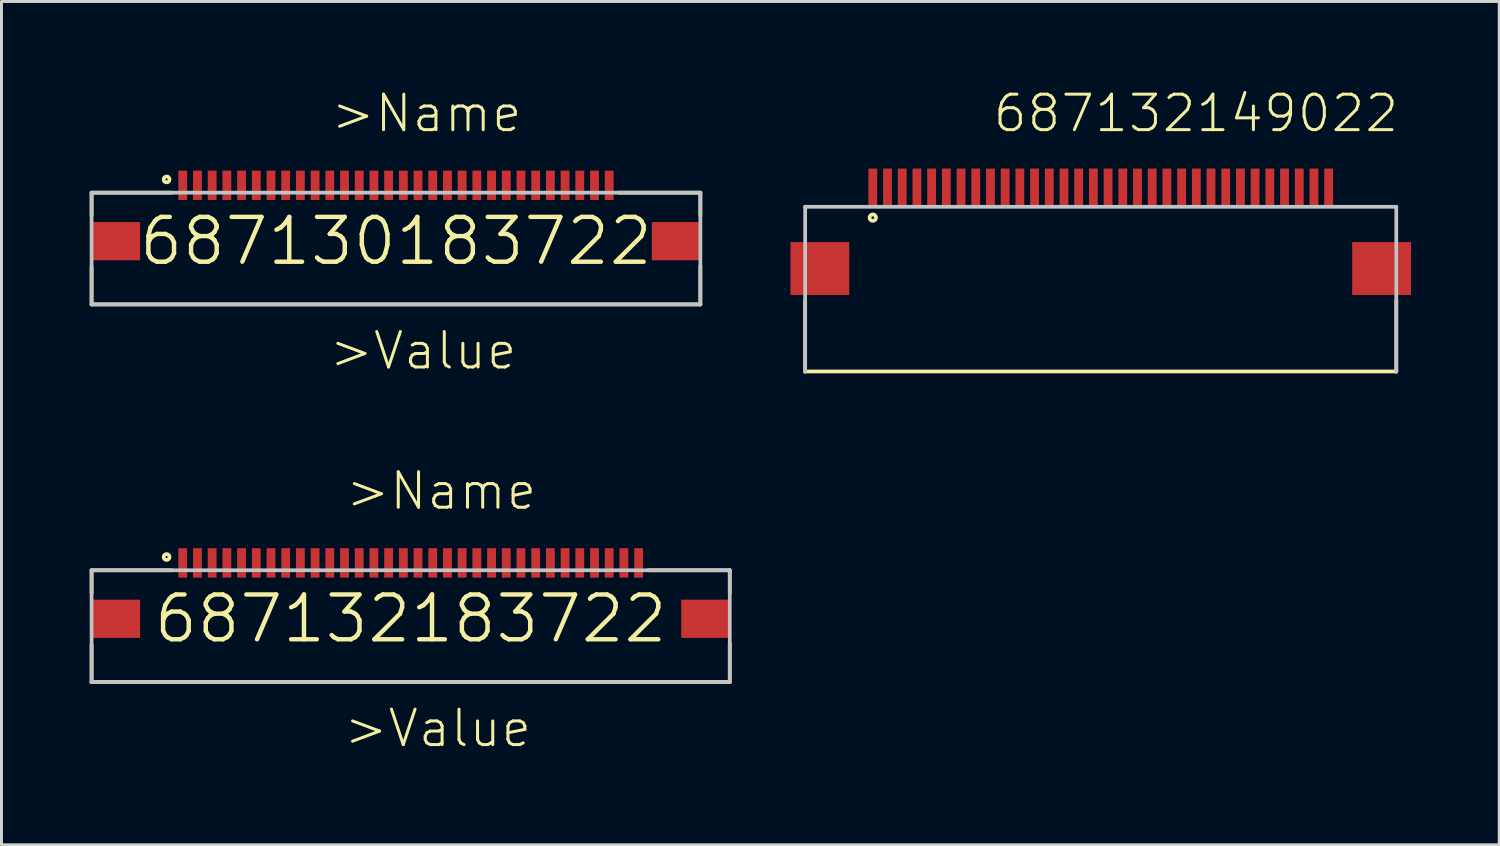
<source format=kicad_pcb>
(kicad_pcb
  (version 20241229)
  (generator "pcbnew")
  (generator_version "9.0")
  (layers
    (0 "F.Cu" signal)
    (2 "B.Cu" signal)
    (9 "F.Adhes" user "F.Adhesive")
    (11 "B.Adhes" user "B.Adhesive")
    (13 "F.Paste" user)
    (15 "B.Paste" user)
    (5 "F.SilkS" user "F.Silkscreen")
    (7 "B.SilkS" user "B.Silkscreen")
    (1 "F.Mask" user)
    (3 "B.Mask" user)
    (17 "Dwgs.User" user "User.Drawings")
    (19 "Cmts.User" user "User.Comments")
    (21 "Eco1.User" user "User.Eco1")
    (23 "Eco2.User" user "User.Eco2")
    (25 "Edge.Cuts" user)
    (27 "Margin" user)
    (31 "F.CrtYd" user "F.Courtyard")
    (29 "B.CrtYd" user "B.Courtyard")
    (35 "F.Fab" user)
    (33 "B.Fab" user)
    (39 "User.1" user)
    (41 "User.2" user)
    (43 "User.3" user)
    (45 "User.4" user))
  (footprint "687130183722"
    (layer "F.Cu")
    (at 10.414 5.151)
    (property "Reference" "687130183722" (at 0 0 0) (layer "F.SilkS") (effects (font (size 1.524 1.524) (thickness 0.15))))
    (attr through_hole)
    (fp_line (start -10.35 -1.65) (end -10.35 -0.87) (stroke (width 0.127) (type solid)) (layer "F.SilkS"))
    (fp_line (start -10.35 0.89) (end -10.35 2.15) (stroke (width 0.127) (type solid)) (layer "F.SilkS"))
    (fp_line (start -10.35 2.15) (end 10.35 2.15) (stroke (width 0.127) (type solid)) (layer "F.SilkS"))
    (fp_line (start -7.62 -1.65) (end -10.35 -1.65) (stroke (width 0.127) (type solid)) (layer "F.SilkS"))
    (fp_line (start 7.58 -1.65) (end 10.35 -1.65) (stroke (width 0.127) (type solid)) (layer "F.SilkS"))
    (fp_line (start 10.35 -1.65) (end 10.35 -0.87) (stroke (width 0.127) (type solid)) (layer "F.SilkS"))
    (fp_line (start 10.35 2.15) (end 10.35 0.84) (stroke (width 0.127) (type solid)) (layer "F.SilkS"))
    (fp_circle (center -7.8 -2.1) (end -7.7 -2.1) (stroke (width 0.127) (type solid)) (fill no) (layer "F.SilkS"))
    (fp_line (start -10.35 -1.65) (end 10.35 -1.65) (stroke (width 0.127) (type solid)) (layer "Dwgs.User"))
    (fp_line (start -10.35 2.15) (end -10.35 -1.65) (stroke (width 0.127) (type solid)) (layer "Dwgs.User"))
    (fp_line (start 10.35 -1.65) (end 10.35 2.15) (stroke (width 0.127) (type solid)) (layer "Dwgs.User"))
    (fp_line (start 10.35 2.15) (end -10.35 2.15) (stroke (width 0.127) (type solid)) (layer "Dwgs.User"))
    (fp_text user ">Name" (at -2.27 -3.64 0) (layer "F.SilkS") (effects (font (size 1.206 1.206) (thickness 0.102)) (justify left bottom)))
    (fp_text user ">Value" (at -2.33 4.43 0) (layer "F.SilkS") (effects (font (size 1.206 1.206) (thickness 0.102)) (justify left bottom)))
    (pad "1" smd rect (at -7.25 -1.9 90) (size 1 0.3) (layers "F.Cu" "F.Mask" "F.Paste"))
    (pad "2" smd rect (at -6.75 -1.9 90) (size 1 0.3) (layers "F.Cu" "F.Mask" "F.Paste"))
    (pad "3" smd rect (at -6.25 -1.9 90) (size 1 0.3) (layers "F.Cu" "F.Mask" "F.Paste"))
    (pad "4" smd rect (at -5.75 -1.9 90) (size 1 0.3) (layers "F.Cu" "F.Mask" "F.Paste"))
    (pad "5" smd rect (at -5.25 -1.9 90) (size 1 0.3) (layers "F.Cu" "F.Mask" "F.Paste"))
    (pad "6" smd rect (at -4.75 -1.9 90) (size 1 0.3) (layers "F.Cu" "F.Mask" "F.Paste"))
    (pad "7" smd rect (at -4.25 -1.9 90) (size 1 0.3) (layers "F.Cu" "F.Mask" "F.Paste"))
    (pad "8" smd rect (at -3.75 -1.9 90) (size 1 0.3) (layers "F.Cu" "F.Mask" "F.Paste"))
    (pad "9" smd rect (at -3.25 -1.9 90) (size 1 0.3) (layers "F.Cu" "F.Mask" "F.Paste"))
    (pad "10" smd rect (at -2.75 -1.9 90) (size 1 0.3) (layers "F.Cu" "F.Mask" "F.Paste"))
    (pad "11" smd rect (at -2.25 -1.9 90) (size 1 0.3) (layers "F.Cu" "F.Mask" "F.Paste"))
    (pad "12" smd rect (at -1.75 -1.9 90) (size 1 0.3) (layers "F.Cu" "F.Mask" "F.Paste"))
    (pad "13" smd rect (at -1.25 -1.9 90) (size 1 0.3) (layers "F.Cu" "F.Mask" "F.Paste"))
    (pad "14" smd rect (at -0.75 -1.9 90) (size 1 0.3) (layers "F.Cu" "F.Mask" "F.Paste"))
    (pad "15" smd rect (at -0.25 -1.9 90) (size 1 0.3) (layers "F.Cu" "F.Mask" "F.Paste"))
    (pad "16" smd rect (at 0.25 -1.9 90) (size 1 0.3) (layers "F.Cu" "F.Mask" "F.Paste"))
    (pad "17" smd rect (at 0.75 -1.9 90) (size 1 0.3) (layers "F.Cu" "F.Mask" "F.Paste"))
    (pad "18" smd rect (at 1.25 -1.9 90) (size 1 0.3) (layers "F.Cu" "F.Mask" "F.Paste"))
    (pad "19" smd rect (at 1.75 -1.9 90) (size 1 0.3) (layers "F.Cu" "F.Mask" "F.Paste"))
    (pad "20" smd rect (at 2.25 -1.9 90) (size 1 0.3) (layers "F.Cu" "F.Mask" "F.Paste"))
    (pad "21" smd rect (at 2.75 -1.9 90) (size 1 0.3) (layers "F.Cu" "F.Mask" "F.Paste"))
    (pad "22" smd rect (at 3.25 -1.9 90) (size 1 0.3) (layers "F.Cu" "F.Mask" "F.Paste"))
    (pad "23" smd rect (at 3.75 -1.9 90) (size 1 0.3) (layers "F.Cu" "F.Mask" "F.Paste"))
    (pad "24" smd rect (at 4.25 -1.9 90) (size 1 0.3) (layers "F.Cu" "F.Mask" "F.Paste"))
    (pad "25" smd rect (at 4.75 -1.9 90) (size 1 0.3) (layers "F.Cu" "F.Mask" "F.Paste"))
    (pad "26" smd rect (at 5.25 -1.9 90) (size 1 0.3) (layers "F.Cu" "F.Mask" "F.Paste"))
    (pad "27" smd rect (at 5.75 -1.9 90) (size 1 0.3) (layers "F.Cu" "F.Mask" "F.Paste"))
    (pad "28" smd rect (at 6.25 -1.9 90) (size 1 0.3) (layers "F.Cu" "F.Mask" "F.Paste"))
    (pad "29" smd rect (at 6.75 -1.9 90) (size 1 0.3) (layers "F.Cu" "F.Mask" "F.Paste"))
    (pad "30" smd rect (at 7.25 -1.9 90) (size 1 0.3) (layers "F.Cu" "F.Mask" "F.Paste"))
    (pad "Z1" smd rect (at -9.525 0) (size 1.65 1.3) (layers "F.Cu" "F.Mask" "F.Paste"))
    (pad "Z2" smd rect (at 9.525 0) (size 1.65 1.3) (layers "F.Cu" "F.Mask" "F.Paste")))
  (footprint "687132149022"
    (layer "F.Cu")
    (at 34.377 3.331)
    (property "Reference" "687132149022" (at -3.72 -1.82 0) (layer "F.SilkS") (effects (font (size 1.206 1.206) (thickness 0.102)) (justify left bottom)))
    (attr through_hole)
    (fp_line (start -10.05 3.83) (end -10.05 6.26) (stroke (width 0.127) (type solid)) (layer "F.SilkS"))
    (fp_line (start 10.05 3.86) (end 10.05 6.26) (stroke (width 0.127) (type solid)) (layer "F.SilkS"))
    (fp_line (start 10.05 6.25) (end -10.05 6.25) (stroke (width 0.127) (type solid)) (layer "F.SilkS"))
    (fp_circle (center -7.75 1.02) (end -7.64 1.02) (stroke (width 0.127) (type solid)) (fill no) (layer "F.SilkS"))
    (fp_line (start -10.05 0.65) (end 10.05 0.65) (stroke (width 0.127) (type solid)) (layer "Dwgs.User"))
    (fp_line (start -10.05 6.25) (end -10.05 0.65) (stroke (width 0.127) (type solid)) (layer "Dwgs.User"))
    (fp_line (start 10.05 0.65) (end 10.05 6.25) (stroke (width 0.127) (type solid)) (layer "Dwgs.User"))
    (pad "1" smd rect (at -7.75 0) (size 0.3 1.3) (layers "F.Cu" "F.Mask" "F.Paste"))
    (pad "2" smd rect (at -7.25 0) (size 0.3 1.3) (layers "F.Cu" "F.Mask" "F.Paste"))
    (pad "3" smd rect (at -6.75 0) (size 0.3 1.3) (layers "F.Cu" "F.Mask" "F.Paste"))
    (pad "4" smd rect (at -6.25 0) (size 0.3 1.3) (layers "F.Cu" "F.Mask" "F.Paste"))
    (pad "5" smd rect (at -5.75 0) (size 0.3 1.3) (layers "F.Cu" "F.Mask" "F.Paste"))
    (pad "6" smd rect (at -5.25 0) (size 0.3 1.3) (layers "F.Cu" "F.Mask" "F.Paste"))
    (pad "7" smd rect (at -4.75 0) (size 0.3 1.3) (layers "F.Cu" "F.Mask" "F.Paste"))
    (pad "8" smd rect (at -4.25 0) (size 0.3 1.3) (layers "F.Cu" "F.Mask" "F.Paste"))
    (pad "9" smd rect (at -3.75 0) (size 0.3 1.3) (layers "F.Cu" "F.Mask" "F.Paste"))
    (pad "10" smd rect (at -3.25 0) (size 0.3 1.3) (layers "F.Cu" "F.Mask" "F.Paste"))
    (pad "11" smd rect (at -2.75 0) (size 0.3 1.3) (layers "F.Cu" "F.Mask" "F.Paste"))
    (pad "12" smd rect (at -2.25 0) (size 0.3 1.3) (layers "F.Cu" "F.Mask" "F.Paste"))
    (pad "13" smd rect (at -1.75 0) (size 0.3 1.3) (layers "F.Cu" "F.Mask" "F.Paste"))
    (pad "14" smd rect (at -1.25 0) (size 0.3 1.3) (layers "F.Cu" "F.Mask" "F.Paste"))
    (pad "15" smd rect (at -0.75 0) (size 0.3 1.3) (layers "F.Cu" "F.Mask" "F.Paste"))
    (pad "16" smd rect (at -0.25 0) (size 0.3 1.3) (layers "F.Cu" "F.Mask" "F.Paste"))
    (pad "17" smd rect (at 0.25 0) (size 0.3 1.3) (layers "F.Cu" "F.Mask" "F.Paste"))
    (pad "18" smd rect (at 0.75 0) (size 0.3 1.3) (layers "F.Cu" "F.Mask" "F.Paste"))
    (pad "19" smd rect (at 1.25 0) (size 0.3 1.3) (layers "F.Cu" "F.Mask" "F.Paste"))
    (pad "20" smd rect (at 1.75 0) (size 0.3 1.3) (layers "F.Cu" "F.Mask" "F.Paste"))
    (pad "21" smd rect (at 2.25 0) (size 0.3 1.3) (layers "F.Cu" "F.Mask" "F.Paste"))
    (pad "22" smd rect (at 2.75 0) (size 0.3 1.3) (layers "F.Cu" "F.Mask" "F.Paste"))
    (pad "23" smd rect (at 3.25 0) (size 0.3 1.3) (layers "F.Cu" "F.Mask" "F.Paste"))
    (pad "24" smd rect (at 3.75 0) (size 0.3 1.3) (layers "F.Cu" "F.Mask" "F.Paste"))
    (pad "25" smd rect (at 4.25 0) (size 0.3 1.3) (layers "F.Cu" "F.Mask" "F.Paste"))
    (pad "26" smd rect (at 4.75 0) (size 0.3 1.3) (layers "F.Cu" "F.Mask" "F.Paste"))
    (pad "27" smd rect (at 5.25 0) (size 0.3 1.3) (layers "F.Cu" "F.Mask" "F.Paste"))
    (pad "28" smd rect (at 5.75 0) (size 0.3 1.3) (layers "F.Cu" "F.Mask" "F.Paste"))
    (pad "29" smd rect (at 6.25 0) (size 0.3 1.3) (layers "F.Cu" "F.Mask" "F.Paste"))
    (pad "30" smd rect (at 6.75 0) (size 0.3 1.3) (layers "F.Cu" "F.Mask" "F.Paste"))
    (pad "31" smd rect (at 7.25 0) (size 0.3 1.3) (layers "F.Cu" "F.Mask" "F.Paste"))
    (pad "32" smd rect (at 7.75 0) (size 0.3 1.3) (layers "F.Cu" "F.Mask" "F.Paste"))
    (pad "Z1" smd rect (at -9.55 2.75) (size 2 1.8) (layers "F.Cu" "F.Mask" "F.Paste"))
    (pad "Z2" smd rect (at 9.55 2.75) (size 2 1.8) (layers "F.Cu" "F.Mask" "F.Paste")))
  (footprint "687132183722"
    (layer "F.Cu")
    (at 10.914 17.99)
    (property "Reference" "687132183722" (at 0 0 0) (layer "F.SilkS") (effects (font (size 1.524 1.524) (thickness 0.15))))
    (attr through_hole)
    (fp_line (start -10.85 -1.65) (end -10.85 -0.87) (stroke (width 0.127) (type solid)) (layer "F.SilkS"))
    (fp_line (start -10.85 0.89) (end -10.85 2.15) (stroke (width 0.127) (type solid)) (layer "F.SilkS"))
    (fp_line (start -10.85 2.15) (end 10.85 2.15) (stroke (width 0.127) (type solid)) (layer "F.SilkS"))
    (fp_line (start -8.12 -1.65) (end -10.85 -1.65) (stroke (width 0.127) (type solid)) (layer "F.SilkS"))
    (fp_line (start 8.08 -1.65) (end 10.85 -1.65) (stroke (width 0.127) (type solid)) (layer "F.SilkS"))
    (fp_line (start 10.85 -1.65) (end 10.85 -0.87) (stroke (width 0.127) (type solid)) (layer "F.SilkS"))
    (fp_line (start 10.85 2.15) (end 10.85 0.84) (stroke (width 0.127) (type solid)) (layer "F.SilkS"))
    (fp_circle (center -8.3 -2.1) (end -8.2 -2.1) (stroke (width 0.127) (type solid)) (fill no) (layer "F.SilkS"))
    (fp_line (start -10.85 -1.65) (end 10.85 -1.65) (stroke (width 0.127) (type solid)) (layer "Dwgs.User"))
    (fp_line (start -10.85 2.15) (end -10.85 -1.65) (stroke (width 0.127) (type solid)) (layer "Dwgs.User"))
    (fp_line (start 10.85 -1.65) (end 10.85 2.15) (stroke (width 0.127) (type solid)) (layer "Dwgs.User"))
    (fp_line (start 10.85 2.15) (end -10.85 2.15) (stroke (width 0.127) (type solid)) (layer "Dwgs.User"))
    (fp_text user ">Name" (at -2.27 -3.64 0) (layer "F.SilkS") (effects (font (size 1.206 1.206) (thickness 0.102)) (justify left bottom)))
    (fp_text user ">Value" (at -2.33 4.43 0) (layer "F.SilkS") (effects (font (size 1.206 1.206) (thickness 0.102)) (justify left bottom)))
    (pad "1" smd rect (at -7.75 -1.9 90) (size 1 0.3) (layers "F.Cu" "F.Mask" "F.Paste"))
    (pad "2" smd rect (at -7.25 -1.9 90) (size 1 0.3) (layers "F.Cu" "F.Mask" "F.Paste"))
    (pad "3" smd rect (at -6.75 -1.9 90) (size 1 0.3) (layers "F.Cu" "F.Mask" "F.Paste"))
    (pad "4" smd rect (at -6.25 -1.9 90) (size 1 0.3) (layers "F.Cu" "F.Mask" "F.Paste"))
    (pad "5" smd rect (at -5.75 -1.9 90) (size 1 0.3) (layers "F.Cu" "F.Mask" "F.Paste"))
    (pad "6" smd rect (at -5.25 -1.9 90) (size 1 0.3) (layers "F.Cu" "F.Mask" "F.Paste"))
    (pad "7" smd rect (at -4.75 -1.9 90) (size 1 0.3) (layers "F.Cu" "F.Mask" "F.Paste"))
    (pad "8" smd rect (at -4.25 -1.9 90) (size 1 0.3) (layers "F.Cu" "F.Mask" "F.Paste"))
    (pad "9" smd rect (at -3.75 -1.9 90) (size 1 0.3) (layers "F.Cu" "F.Mask" "F.Paste"))
    (pad "10" smd rect (at -3.25 -1.9 90) (size 1 0.3) (layers "F.Cu" "F.Mask" "F.Paste"))
    (pad "11" smd rect (at -2.75 -1.9 90) (size 1 0.3) (layers "F.Cu" "F.Mask" "F.Paste"))
    (pad "12" smd rect (at -2.25 -1.9 90) (size 1 0.3) (layers "F.Cu" "F.Mask" "F.Paste"))
    (pad "13" smd rect (at -1.75 -1.9 90) (size 1 0.3) (layers "F.Cu" "F.Mask" "F.Paste"))
    (pad "14" smd rect (at -1.25 -1.9 90) (size 1 0.3) (layers "F.Cu" "F.Mask" "F.Paste"))
    (pad "15" smd rect (at -0.75 -1.9 90) (size 1 0.3) (layers "F.Cu" "F.Mask" "F.Paste"))
    (pad "16" smd rect (at -0.25 -1.9 90) (size 1 0.3) (layers "F.Cu" "F.Mask" "F.Paste"))
    (pad "17" smd rect (at 0.25 -1.9 90) (size 1 0.3) (layers "F.Cu" "F.Mask" "F.Paste"))
    (pad "18" smd rect (at 0.75 -1.9 90) (size 1 0.3) (layers "F.Cu" "F.Mask" "F.Paste"))
    (pad "19" smd rect (at 1.25 -1.9 90) (size 1 0.3) (layers "F.Cu" "F.Mask" "F.Paste"))
    (pad "20" smd rect (at 1.75 -1.9 90) (size 1 0.3) (layers "F.Cu" "F.Mask" "F.Paste"))
    (pad "21" smd rect (at 2.25 -1.9 90) (size 1 0.3) (layers "F.Cu" "F.Mask" "F.Paste"))
    (pad "22" smd rect (at 2.75 -1.9 90) (size 1 0.3) (layers "F.Cu" "F.Mask" "F.Paste"))
    (pad "23" smd rect (at 3.25 -1.9 90) (size 1 0.3) (layers "F.Cu" "F.Mask" "F.Paste"))
    (pad "24" smd rect (at 3.75 -1.9 90) (size 1 0.3) (layers "F.Cu" "F.Mask" "F.Paste"))
    (pad "25" smd rect (at 4.25 -1.9 90) (size 1 0.3) (layers "F.Cu" "F.Mask" "F.Paste"))
    (pad "26" smd rect (at 4.75 -1.9 90) (size 1 0.3) (layers "F.Cu" "F.Mask" "F.Paste"))
    (pad "27" smd rect (at 5.25 -1.9 90) (size 1 0.3) (layers "F.Cu" "F.Mask" "F.Paste"))
    (pad "28" smd rect (at 5.75 -1.9 90) (size 1 0.3) (layers "F.Cu" "F.Mask" "F.Paste"))
    (pad "29" smd rect (at 6.25 -1.9 90) (size 1 0.3) (layers "F.Cu" "F.Mask" "F.Paste"))
    (pad "30" smd rect (at 6.75 -1.9 90) (size 1 0.3) (layers "F.Cu" "F.Mask" "F.Paste"))
    (pad "31" smd rect (at 7.25 -1.9 90) (size 1 0.3) (layers "F.Cu" "F.Mask" "F.Paste"))
    (pad "32" smd rect (at 7.75 -1.9 90) (size 1 0.3) (layers "F.Cu" "F.Mask" "F.Paste"))
    (pad "Z1" smd rect (at -10.025 0) (size 1.65 1.3) (layers "F.Cu" "F.Mask" "F.Paste"))
    (pad "Z2" smd rect (at 10.025 0) (size 1.65 1.3) (layers "F.Cu" "F.Mask" "F.Paste")))
  (gr_rect
    (start -3 -3)
    (end 47.927 25.676)
    (stroke (width 0.1) (type default))
    (fill no)
    (layer "Edge.Cuts")))
</source>
